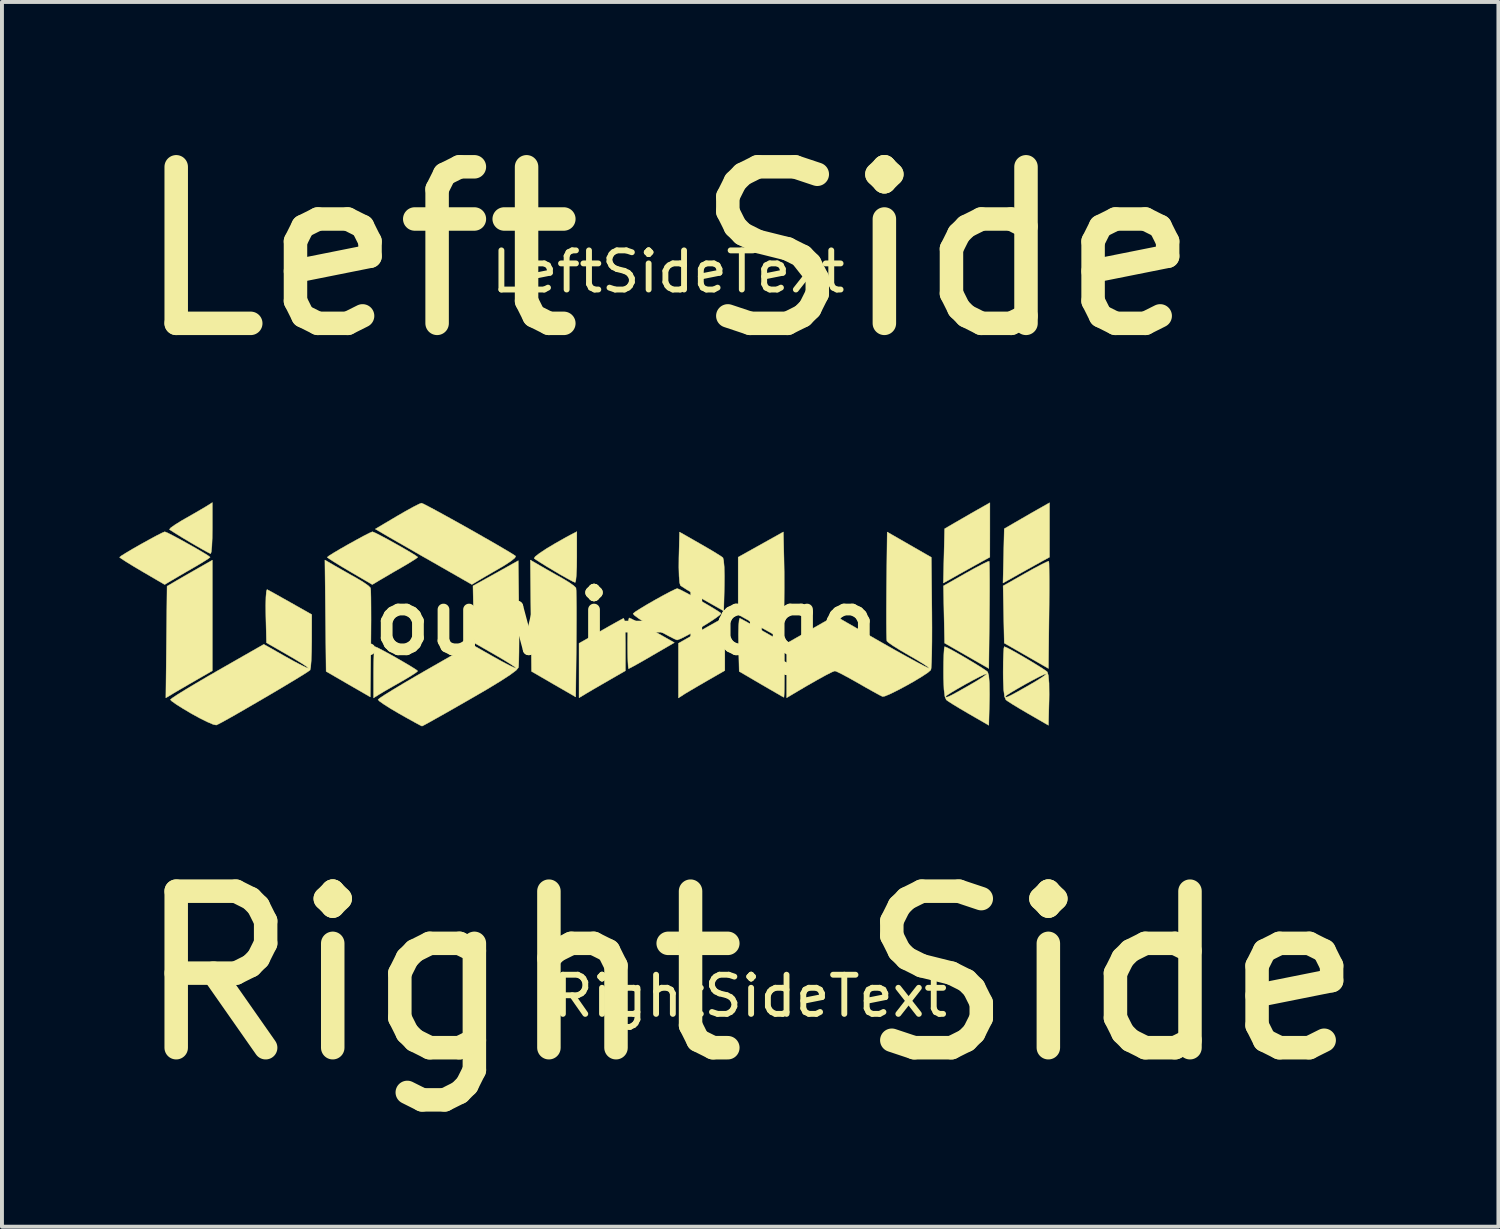
<source format=kicad_pcb>
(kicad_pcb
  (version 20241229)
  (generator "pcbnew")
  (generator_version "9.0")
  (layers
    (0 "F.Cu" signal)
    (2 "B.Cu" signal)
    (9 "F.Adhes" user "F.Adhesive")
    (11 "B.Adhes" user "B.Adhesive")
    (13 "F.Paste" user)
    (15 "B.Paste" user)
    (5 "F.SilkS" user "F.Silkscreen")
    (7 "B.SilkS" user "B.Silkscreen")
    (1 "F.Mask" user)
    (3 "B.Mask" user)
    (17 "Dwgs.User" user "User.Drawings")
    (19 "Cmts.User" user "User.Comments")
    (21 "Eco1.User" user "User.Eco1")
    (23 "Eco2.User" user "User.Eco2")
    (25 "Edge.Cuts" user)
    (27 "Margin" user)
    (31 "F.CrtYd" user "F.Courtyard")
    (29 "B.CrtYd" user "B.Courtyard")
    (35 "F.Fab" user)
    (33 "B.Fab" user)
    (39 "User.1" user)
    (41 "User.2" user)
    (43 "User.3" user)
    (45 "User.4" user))
  (footprint "RightSideText"
    (layer "F.Cu")
    (at 16.119 21.902)
    (property "Reference" "RightSideText" (at 0 0.5 0) (layer "F.SilkS") (effects (font (size 1 1) (thickness 0.15))))
    (attr through_hole)
    (fp_text user "Right Side" (at 0 0 0) (layer "F.SilkS") (effects (font (size 4 4) (thickness 0.6)))))
  (footprint "LeftSideText"
    (layer "F.Cu")
    (at 14.024 3.393)
    (property "Reference" "LeftSideText" (at 0 0.5 0) (layer "F.SilkS") (effects (font (size 1 1) (thickness 0.15))))
    (attr through_hole)
    (fp_text user "Left Side" (at 0 0 0) (layer "F.SilkS") (effects (font (size 4 4) (thickness 0.6)))))
  (footprint "LouWii-logo"
    (layer "F.Cu")
    (at 12.31 12.852)
    (property "Reference" "LouWii-logo" (at 0 0 0) (layer "F.SilkS") (effects (font (size 1.524 1.524) (thickness 0.3))))
    (attr through_hole)
    (fp_poly (pts (xy 4.672 -1.638) (xy 4.678 -1.288) (xy 4.679 -0.884) (xy 4.676 -0.487) (xy 4.672 -0.26) (xy 4.657 0.447) (xy 4.079 0.125) (xy 3.502 -0.198) (xy 3.502 -1.665) (xy 4.657 -2.31) (xy 4.672 -1.638)) (stroke (width 0.01) (type solid)) (fill yes) (layer "F.SilkS"))
    (fp_poly (pts (xy -9.934 1.237) (xy -10.343 1.473) (xy -10.561 1.599) (xy -10.766 1.718) (xy -10.918 1.807) (xy -10.937 1.819) (xy -11.122 1.93) (xy -11.091 -0.923) (xy -10.837 -1.072) (xy -10.644 -1.184) (xy -10.413 -1.316) (xy -10.259 -1.404) (xy -9.934 -1.589) (xy -9.934 1.237)) (stroke (width 0.01) (type solid)) (fill yes) (layer "F.SilkS"))
    (fp_poly (pts (xy 9.921 -1.502) (xy 9.924 -1.345) (xy 9.926 -1.106) (xy 9.926 -0.802) (xy 9.924 -0.448) (xy 9.921 -0.181) (xy 9.906 1.179) (xy 8.777 0.531) (xy 8.762 -0.2) (xy 8.748 -0.931) (xy 9.321 -1.257) (xy 9.547 -1.383) (xy 9.735 -1.482) (xy 9.864 -1.545) (xy 9.915 -1.562) (xy 9.921 -1.502)) (stroke (width 0.01) (type solid)) (fill yes) (layer "F.SilkS"))
    (fp_poly (pts (xy 9.934 -2.361) (xy 9.933 -1.665) (xy 9.722 -1.55) (xy 9.566 -1.463) (xy 9.355 -1.346) (xy 9.136 -1.224) (xy 9.128 -1.219) (xy 8.745 -1.004) (xy 8.761 -1.698) (xy 8.777 -2.391) (xy 9.031 -2.539) (xy 9.225 -2.651) (xy 9.455 -2.784) (xy 9.61 -2.872) (xy 9.934 -3.056) (xy 9.934 -2.361)) (stroke (width 0.01) (type solid)) (fill yes) (layer "F.SilkS"))
    (fp_poly (pts (xy 11.445 -1.502) (xy 11.448 -1.345) (xy 11.45 -1.106) (xy 11.45 -0.802) (xy 11.448 -0.448) (xy 11.445 -0.181) (xy 11.43 1.179) (xy 10.301 0.531) (xy 10.286 -0.2) (xy 10.272 -0.931) (xy 10.845 -1.257) (xy 11.071 -1.383) (xy 11.259 -1.482) (xy 11.388 -1.545) (xy 11.439 -1.562) (xy 11.445 -1.502)) (stroke (width 0.01) (type solid)) (fill yes) (layer "F.SilkS"))
    (fp_poly (pts (xy 11.458 -2.361) (xy 11.457 -1.665) (xy 11.246 -1.55) (xy 11.09 -1.463) (xy 10.879 -1.346) (xy 10.66 -1.224) (xy 10.652 -1.219) (xy 10.269 -1.004) (xy 10.285 -1.698) (xy 10.301 -2.391) (xy 10.555 -2.539) (xy 10.749 -2.651) (xy 10.979 -2.784) (xy 11.134 -2.872) (xy 11.458 -3.056) (xy 11.458 -2.361)) (stroke (width 0.01) (type solid)) (fill yes) (layer "F.SilkS"))
    (fp_poly (pts (xy -6.817 -1.452) (xy -6.632 -1.346) (xy -6.407 -1.218) (xy -6.246 -1.128) (xy -6.075 -1.025) (xy -5.947 -0.935) (xy -5.893 -0.88) (xy -5.886 -0.808) (xy -5.882 -0.639) (xy -5.88 -0.39) (xy -5.879 -0.077) (xy -5.881 0.283) (xy -5.883 0.545) (xy -5.898 1.907) (xy -6.463 1.581) (xy -7.027 1.254) (xy -7.058 -1.592) (xy -6.817 -1.452)) (stroke (width 0.01) (type solid)) (fill yes) (layer "F.SilkS"))
    (fp_poly (pts (xy -1.567 -1.452) (xy -1.383 -1.346) (xy -1.158 -1.218) (xy -0.997 -1.128) (xy -0.826 -1.025) (xy -0.698 -0.935) (xy -0.643 -0.88) (xy -0.637 -0.808) (xy -0.633 -0.639) (xy -0.63 -0.39) (xy -0.63 -0.077) (xy -0.632 0.283) (xy -0.634 0.545) (xy -0.649 1.907) (xy -1.214 1.581) (xy -1.778 1.254) (xy -1.793 -0.169) (xy -1.808 -1.592) (xy -1.567 -1.452)) (stroke (width 0.01) (type solid)) (fill yes) (layer "F.SilkS"))
    (fp_poly (pts (xy 0.593 -0.058) (xy 0.607 0.079) (xy 0.617 0.287) (xy 0.621 0.545) (xy 0.621 0.557) (xy 0.621 1.237) (xy 0.212 1.473) (xy -0.006 1.599) (xy -0.21 1.717) (xy -0.362 1.807) (xy -0.381 1.818) (xy -0.564 1.928) (xy -0.564 0.536) (xy -0.017 0.226) (xy 0.207 0.099) (xy 0.395 -0.006) (xy 0.526 -0.078) (xy 0.575 -0.103) (xy 0.593 -0.058)) (stroke (width 0.01) (type solid)) (fill yes) (layer "F.SilkS"))
    (fp_poly (pts (xy 0.778 -0.087) (xy 0.916 -0.015) (xy 1.11 0.09) (xy 1.313 0.203) (xy 1.871 0.519) (xy 1.298 0.852) (xy 1.072 0.983) (xy 0.884 1.089) (xy 0.753 1.16) (xy 0.701 1.185) (xy 0.692 1.133) (xy 0.684 0.989) (xy 0.679 0.778) (xy 0.677 0.536) (xy 0.68 0.281) (xy 0.689 0.072) (xy 0.702 -0.066) (xy 0.716 -0.113) (xy 0.778 -0.087)) (stroke (width 0.01) (type solid)) (fill yes) (layer "F.SilkS"))
    (fp_poly (pts (xy 3.133 -0.058) (xy 3.147 0.079) (xy 3.157 0.287) (xy 3.161 0.545) (xy 3.161 0.555) (xy 3.161 1.232) (xy 2.695 1.5) (xy 2.476 1.627) (xy 2.282 1.741) (xy 2.141 1.825) (xy 2.103 1.85) (xy 1.976 1.932) (xy 1.976 0.536) (xy 2.523 0.226) (xy 2.747 0.099) (xy 2.935 -0.006) (xy 3.066 -0.078) (xy 3.115 -0.103) (xy 3.133 -0.058)) (stroke (width 0.01) (type solid)) (fill yes) (layer "F.SilkS"))
    (fp_poly (pts (xy -0.621 -1.667) (xy -0.624 -1.411) (xy -0.634 -1.203) (xy -0.647 -1.065) (xy -0.663 -1.018) (xy -0.727 -1.046) (xy -0.864 -1.12) (xy -1.052 -1.226) (xy -1.185 -1.305) (xy -1.395 -1.43) (xy -1.568 -1.538) (xy -1.682 -1.612) (xy -1.711 -1.634) (xy -1.685 -1.679) (xy -1.574 -1.765) (xy -1.396 -1.883) (xy -1.165 -2.021) (xy -0.899 -2.171) (xy -0.748 -2.252) (xy -0.621 -2.318) (xy -0.621 -1.667)) (stroke (width 0.01) (type solid)) (fill yes) (layer "F.SilkS"))
    (fp_poly (pts (xy 2.531 -2.006) (xy 2.753 -1.878) (xy 2.939 -1.766) (xy 3.067 -1.685) (xy 3.112 -1.652) (xy 3.131 -1.578) (xy 3.145 -1.415) (xy 3.151 -1.189) (xy 3.149 -0.945) (xy 3.133 -0.29) (xy 2.605 -0.59) (xy 2.384 -0.719) (xy 2.197 -0.83) (xy 2.069 -0.912) (xy 2.025 -0.944) (xy 2.005 -1.019) (xy 1.992 -1.181) (xy 1.986 -1.408) (xy 1.988 -1.652) (xy 2.004 -2.307) (xy 2.531 -2.006)) (stroke (width 0.01) (type solid)) (fill yes) (layer "F.SilkS"))
    (fp_poly (pts (xy -9.934 -2.405) (xy -9.938 -2.149) (xy -9.947 -1.94) (xy -9.961 -1.802) (xy -9.977 -1.754) (xy -10.04 -1.784) (xy -10.178 -1.859) (xy -10.366 -1.967) (xy -10.51 -2.051) (xy -10.719 -2.176) (xy -10.89 -2.282) (xy -11.001 -2.353) (xy -11.031 -2.374) (xy -10.999 -2.414) (xy -10.888 -2.493) (xy -10.719 -2.598) (xy -10.625 -2.652) (xy -10.411 -2.774) (xy -10.222 -2.884) (xy -10.088 -2.963) (xy -10.061 -2.98) (xy -9.934 -3.061) (xy -9.934 -2.405)) (stroke (width 0.01) (type solid)) (fill yes) (layer "F.SilkS"))
    (fp_poly (pts (xy -5.716 0.647) (xy -5.582 0.716) (xy -5.403 0.813) (xy -5.203 0.926) (xy -5.007 1.039) (xy -4.839 1.14) (xy -4.724 1.213) (xy -4.686 1.245) (xy -4.731 1.284) (xy -4.853 1.364) (xy -5.03 1.47) (xy -5.122 1.523) (xy -5.336 1.645) (xy -5.526 1.754) (xy -5.659 1.834) (xy -5.687 1.851) (xy -5.814 1.932) (xy -5.814 1.276) (xy -5.811 1.02) (xy -5.804 0.81) (xy -5.793 0.67) (xy -5.78 0.621) (xy -5.716 0.647)) (stroke (width 0.01) (type solid)) (fill yes) (layer "F.SilkS"))
    (fp_poly (pts (xy 3.544 -0.104) (xy 3.61 -0.07) (xy 3.751 0.008) (xy 3.947 0.118) (xy 4.137 0.226) (xy 4.683 0.536) (xy 4.684 1.228) (xy 4.683 1.492) (xy 4.681 1.709) (xy 4.676 1.858) (xy 4.671 1.916) (xy 4.671 1.916) (xy 4.619 1.889) (xy 4.491 1.815) (xy 4.304 1.707) (xy 4.092 1.584) (xy 3.528 1.254) (xy 3.512 0.565) (xy 3.509 0.304) (xy 3.514 0.091) (xy 3.526 -0.052) (xy 3.542 -0.104) (xy 3.544 -0.104)) (stroke (width 0.01) (type solid)) (fill yes) (layer "F.SilkS"))
    (fp_poly (pts (xy -11.083 -2.288) (xy -10.948 -2.22) (xy -10.766 -2.123) (xy -10.561 -2.009) (xy -10.357 -1.894) (xy -10.179 -1.789) (xy -10.049 -1.709) (xy -9.992 -1.666) (xy -9.991 -1.664) (xy -10.036 -1.628) (xy -10.157 -1.551) (xy -10.33 -1.446) (xy -10.4 -1.406) (xy -10.615 -1.282) (xy -10.815 -1.165) (xy -10.961 -1.079) (xy -10.981 -1.068) (xy -11.152 -0.965) (xy -11.729 -1.302) (xy -11.953 -1.435) (xy -12.137 -1.548) (xy -12.26 -1.628) (xy -12.305 -1.663) (xy -12.259 -1.7) (xy -12.137 -1.776) (xy -11.964 -1.879) (xy -11.762 -1.994) (xy -11.556 -2.108) (xy -11.37 -2.209) (xy -11.227 -2.282) (xy -11.151 -2.314) (xy -11.148 -2.314) (xy -11.083 -2.288)) (stroke (width 0.01) (type solid)) (fill yes) (layer "F.SilkS"))
    (fp_poly (pts (xy -5.777 -2.288) (xy -5.642 -2.22) (xy -5.46 -2.123) (xy -5.255 -2.009) (xy -5.052 -1.894) (xy -4.873 -1.789) (xy -4.743 -1.709) (xy -4.686 -1.666) (xy -4.685 -1.664) (xy -4.73 -1.628) (xy -4.851 -1.551) (xy -5.025 -1.446) (xy -5.094 -1.406) (xy -5.31 -1.282) (xy -5.509 -1.165) (xy -5.656 -1.079) (xy -5.675 -1.068) (xy -5.847 -0.965) (xy -6.423 -1.302) (xy -6.647 -1.435) (xy -6.831 -1.548) (xy -6.954 -1.628) (xy -6.999 -1.663) (xy -6.953 -1.7) (xy -6.832 -1.776) (xy -6.658 -1.879) (xy -6.456 -1.994) (xy -6.25 -2.108) (xy -6.064 -2.209) (xy -5.921 -2.282) (xy -5.846 -2.314) (xy -5.842 -2.314) (xy -5.777 -2.288)) (stroke (width 0.01) (type solid)) (fill yes) (layer "F.SilkS"))
    (fp_poly (pts (xy 2.015 -0.836) (xy 2.154 -0.765) (xy 2.338 -0.665) (xy 2.544 -0.549) (xy 2.746 -0.432) (xy 2.917 -0.329) (xy 3.034 -0.254) (xy 3.066 -0.229) (xy 3.035 -0.19) (xy 2.928 -0.11) (xy 2.768 -0.003) (xy 2.576 0.116) (xy 2.375 0.235) (xy 2.188 0.339) (xy 2.038 0.416) (xy 1.947 0.45) (xy 1.939 0.451) (xy 1.873 0.424) (xy 1.732 0.352) (xy 1.536 0.247) (xy 1.34 0.137) (xy 1.123 0.008) (xy 0.951 -0.104) (xy 0.844 -0.185) (xy 0.817 -0.223) (xy 0.877 -0.271) (xy 1.012 -0.357) (xy 1.195 -0.467) (xy 1.402 -0.585) (xy 1.606 -0.698) (xy 1.783 -0.791) (xy 1.906 -0.85) (xy 1.947 -0.863) (xy 2.015 -0.836)) (stroke (width 0.01) (type solid)) (fill yes) (layer "F.SilkS"))
    (fp_poly (pts (xy -4.528 -3.02) (xy -4.386 -2.946) (xy -4.179 -2.835) (xy -3.924 -2.695) (xy -3.639 -2.537) (xy -3.339 -2.369) (xy -3.042 -2.2) (xy -2.764 -2.041) (xy -2.522 -1.9) (xy -2.333 -1.788) (xy -2.212 -1.712) (xy -2.182 -1.69) (xy -2.205 -1.646) (xy -2.308 -1.562) (xy -2.471 -1.455) (xy -2.549 -1.409) (xy -2.765 -1.284) (xy -2.965 -1.168) (xy -3.111 -1.082) (xy -3.133 -1.069) (xy -3.303 -0.967) (xy -4.29 -1.532) (xy -4.61 -1.714) (xy -4.912 -1.888) (xy -5.178 -2.04) (xy -5.387 -2.16) (xy -5.519 -2.237) (xy -5.524 -2.24) (xy -5.771 -2.384) (xy -5.214 -2.714) (xy -4.987 -2.845) (xy -4.792 -2.952) (xy -4.651 -3.023) (xy -4.59 -3.046) (xy -4.528 -3.02)) (stroke (width 0.01) (type solid)) (fill yes) (layer "F.SilkS"))
    (fp_poly (pts (xy -2.101 -0.266) (xy -2.097 0.113) (xy -2.097 0.459) (xy -2.099 0.755) (xy -2.103 0.981) (xy -2.109 1.123) (xy -2.114 1.157) (xy -2.173 1.227) (xy -2.328 1.343) (xy -2.581 1.507) (xy -2.932 1.72) (xy -3.348 1.961) (xy -3.681 2.152) (xy -3.981 2.323) (xy -4.234 2.465) (xy -4.426 2.573) (xy -4.545 2.637) (xy -4.577 2.652) (xy -4.632 2.626) (xy -4.765 2.554) (xy -4.954 2.449) (xy -5.151 2.338) (xy -5.371 2.209) (xy -5.549 2.096) (xy -5.665 2.014) (xy -5.701 1.976) (xy -5.654 1.936) (xy -5.522 1.848) (xy -5.318 1.722) (xy -5.057 1.565) (xy -4.75 1.385) (xy -4.507 1.245) (xy -3.313 0.562) (xy -2.753 0.879) (xy -2.53 1.003) (xy -2.345 1.1) (xy -2.218 1.16) (xy -2.171 1.174) (xy -2.207 1.139) (xy -2.324 1.06) (xy -2.501 0.951) (xy -2.697 0.837) (xy -3.246 0.522) (xy -3.26 -0.205) (xy -3.274 -0.931) (xy -2.695 -1.253) (xy -2.117 -1.576) (xy -2.101 -0.266)) (stroke (width 0.01) (type solid)) (fill yes) (layer "F.SilkS"))
    (fp_poly (pts (xy 8.845 0.648) (xy 8.983 0.721) (xy 9.166 0.824) (xy 9.369 0.943) (xy 9.567 1.062) (xy 9.735 1.167) (xy 9.847 1.243) (xy 9.877 1.268) (xy 9.905 1.363) (xy 9.921 1.558) (xy 9.924 1.84) (xy 9.922 1.987) (xy 9.906 2.631) (xy 9.398 2.338) (xy 9.178 2.209) (xy 8.992 2.096) (xy 8.862 2.012) (xy 8.819 1.98) (xy 8.784 1.895) (xy 8.805 1.895) (xy 8.816 1.913) (xy 8.859 1.906) (xy 8.949 1.864) (xy 9.103 1.781) (xy 9.337 1.649) (xy 9.372 1.629) (xy 9.58 1.508) (xy 9.741 1.406) (xy 9.837 1.336) (xy 9.855 1.313) (xy 9.8 1.329) (xy 9.673 1.389) (xy 9.5 1.479) (xy 9.304 1.586) (xy 9.113 1.695) (xy 8.949 1.792) (xy 8.838 1.864) (xy 8.805 1.895) (xy 8.784 1.895) (xy 8.784 1.895) (xy 8.761 1.714) (xy 8.75 1.43) (xy 8.749 1.268) (xy 8.751 1.013) (xy 8.758 0.805) (xy 8.767 0.667) (xy 8.778 0.621) (xy 8.845 0.648)) (stroke (width 0.01) (type solid)) (fill yes) (layer "F.SilkS"))
    (fp_poly (pts (xy 10.369 0.648) (xy 10.507 0.721) (xy 10.69 0.824) (xy 10.893 0.943) (xy 11.091 1.062) (xy 11.259 1.167) (xy 11.371 1.243) (xy 11.401 1.268) (xy 11.429 1.363) (xy 11.445 1.558) (xy 11.448 1.84) (xy 11.446 1.987) (xy 11.43 2.631) (xy 10.922 2.338) (xy 10.702 2.209) (xy 10.516 2.096) (xy 10.386 2.012) (xy 10.343 1.98) (xy 10.308 1.895) (xy 10.329 1.895) (xy 10.34 1.913) (xy 10.383 1.906) (xy 10.473 1.864) (xy 10.627 1.781) (xy 10.861 1.649) (xy 10.896 1.629) (xy 11.104 1.508) (xy 11.265 1.406) (xy 11.361 1.336) (xy 11.379 1.313) (xy 11.324 1.329) (xy 11.197 1.389) (xy 11.024 1.479) (xy 10.828 1.586) (xy 10.637 1.695) (xy 10.473 1.792) (xy 10.362 1.864) (xy 10.329 1.895) (xy 10.308 1.895) (xy 10.308 1.895) (xy 10.285 1.714) (xy 10.274 1.43) (xy 10.273 1.268) (xy 10.275 1.013) (xy 10.282 0.805) (xy 10.291 0.667) (xy 10.302 0.621) (xy 10.369 0.648)) (stroke (width 0.01) (type solid)) (fill yes) (layer "F.SilkS"))
    (fp_poly (pts (xy -8.536 -0.838) (xy -8.47 -0.804) (xy -8.329 -0.726) (xy -8.133 -0.616) (xy -7.941 -0.508) (xy -7.394 -0.198) (xy -7.395 0.48) (xy -7.399 0.749) (xy -7.408 0.978) (xy -7.421 1.143) (xy -7.437 1.22) (xy -7.494 1.261) (xy -7.631 1.349) (xy -7.834 1.473) (xy -8.085 1.624) (xy -8.368 1.792) (xy -8.666 1.967) (xy -8.962 2.139) (xy -9.24 2.3) (xy -9.484 2.439) (xy -9.677 2.546) (xy -9.802 2.611) (xy -9.833 2.625) (xy -9.909 2.61) (xy -10.059 2.546) (xy -10.26 2.446) (xy -10.456 2.339) (xy -10.676 2.209) (xy -10.854 2.097) (xy -10.971 2.014) (xy -11.007 1.976) (xy -10.96 1.936) (xy -10.828 1.848) (xy -10.624 1.722) (xy -10.362 1.565) (xy -10.056 1.385) (xy -9.813 1.245) (xy -8.619 0.562) (xy -8.059 0.879) (xy -7.836 1.003) (xy -7.65 1.1) (xy -7.524 1.16) (xy -7.477 1.174) (xy -7.513 1.139) (xy -7.63 1.06) (xy -7.807 0.951) (xy -8.003 0.837) (xy -8.551 0.522) (xy -8.567 -0.167) (xy -8.57 -0.429) (xy -8.565 -0.642) (xy -8.554 -0.785) (xy -8.537 -0.838) (xy -8.536 -0.838)) (stroke (width 0.01) (type solid)) (fill yes) (layer "F.SilkS"))
    (fp_poly (pts (xy 7.874 -1.984) (xy 8.438 -1.66) (xy 8.452 -0.251) (xy 8.454 0.138) (xy 8.453 0.491) (xy 8.449 0.792) (xy 8.442 1.024) (xy 8.433 1.172) (xy 8.424 1.218) (xy 8.349 1.284) (xy 8.203 1.381) (xy 8.01 1.498) (xy 7.794 1.62) (xy 7.58 1.734) (xy 7.392 1.827) (xy 7.254 1.885) (xy 7.193 1.897) (xy 7.113 1.858) (xy 6.96 1.774) (xy 6.756 1.66) (xy 6.572 1.554) (xy 6.348 1.428) (xy 6.159 1.326) (xy 6.026 1.261) (xy 5.974 1.242) (xy 5.899 1.27) (xy 5.743 1.349) (xy 5.522 1.471) (xy 5.25 1.626) (xy 4.942 1.808) (xy 4.925 1.818) (xy 4.741 1.928) (xy 4.743 0.536) (xy 5.359 0.185) (xy 5.975 -0.166) (xy 7.168 0.516) (xy 7.499 0.704) (xy 7.797 0.87) (xy 8.048 1.007) (xy 8.238 1.108) (xy 8.354 1.164) (xy 8.384 1.174) (xy 8.348 1.138) (xy 8.232 1.06) (xy 8.055 0.952) (xy 7.866 0.843) (xy 7.645 0.714) (xy 7.463 0.601) (xy 7.342 0.516) (xy 7.302 0.479) (xy 7.296 0.408) (xy 7.292 0.241) (xy 7.29 -0.006) (xy 7.29 -0.318) (xy 7.292 -0.677) (xy 7.294 -0.943) (xy 7.31 -2.308) (xy 7.874 -1.984)) (stroke (width 0.01) (type solid)) (fill yes) (layer "F.SilkS")))
  (gr_rect
    (start -3 -3)
    (end 35.238 28.295)
    (stroke (width 0.1) (type default))
    (fill no)
    (layer "Edge.Cuts")))
</source>
